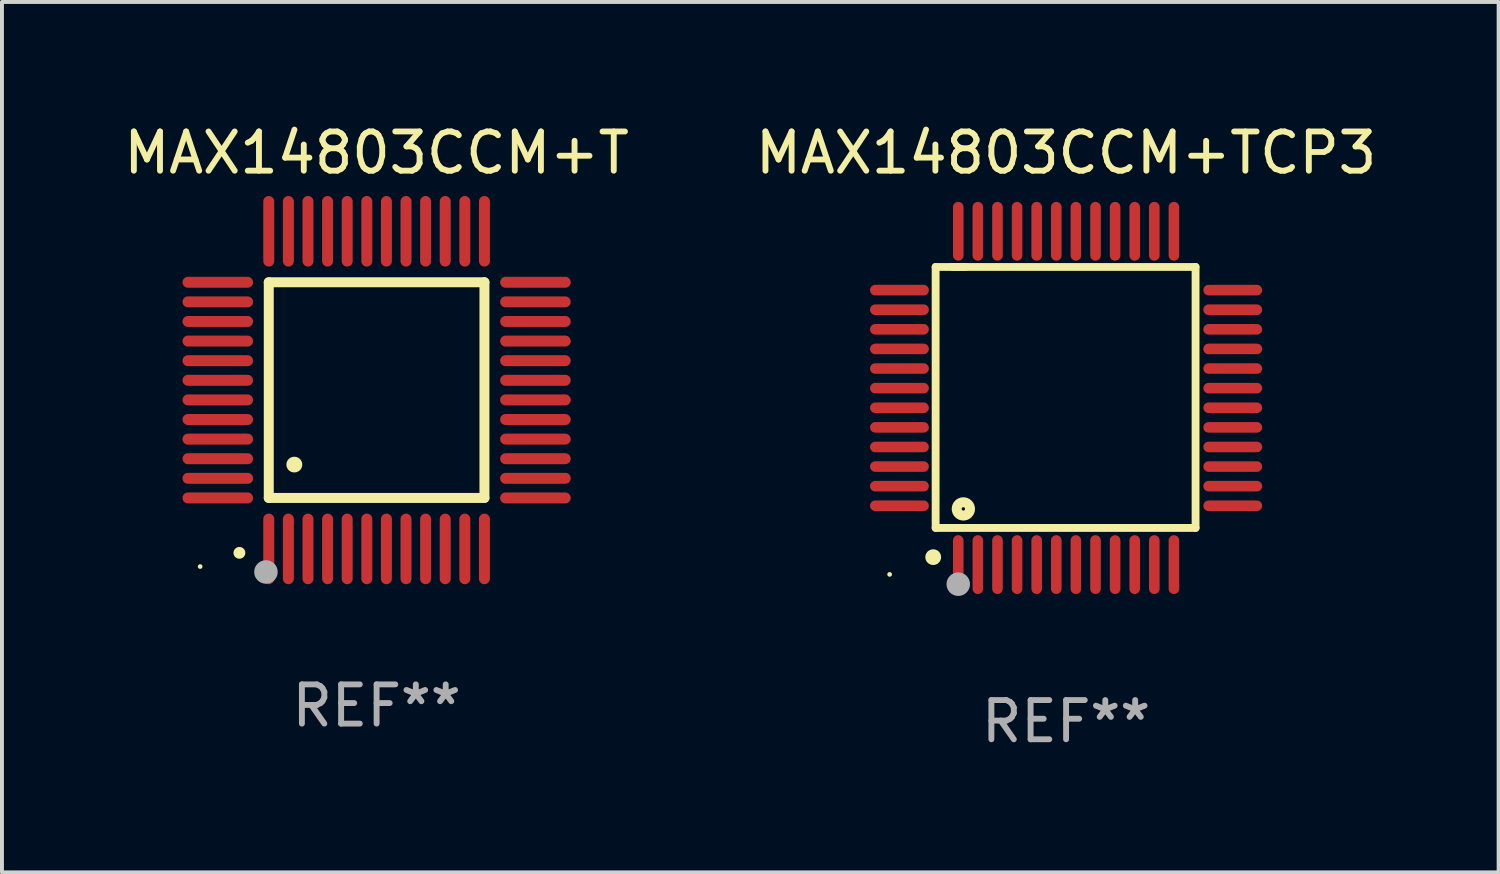
<source format=kicad_pcb>
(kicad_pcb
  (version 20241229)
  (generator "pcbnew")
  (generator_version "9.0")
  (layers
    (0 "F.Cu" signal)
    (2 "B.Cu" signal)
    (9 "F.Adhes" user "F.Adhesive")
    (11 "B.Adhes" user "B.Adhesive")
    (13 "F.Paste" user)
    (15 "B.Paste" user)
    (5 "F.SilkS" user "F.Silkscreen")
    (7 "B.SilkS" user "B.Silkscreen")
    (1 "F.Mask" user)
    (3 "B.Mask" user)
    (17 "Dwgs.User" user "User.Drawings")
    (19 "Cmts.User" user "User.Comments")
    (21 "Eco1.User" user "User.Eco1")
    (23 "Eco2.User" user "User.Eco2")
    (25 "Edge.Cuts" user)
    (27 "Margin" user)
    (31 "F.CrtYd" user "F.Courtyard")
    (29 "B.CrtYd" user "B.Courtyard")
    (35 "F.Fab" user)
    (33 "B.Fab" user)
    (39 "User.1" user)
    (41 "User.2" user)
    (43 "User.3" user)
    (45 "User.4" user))
  (footprint "MAX14803CCM+TCP3"
    (layer "F.Cu")
    (at 24.137 7.098)
    (property "Reference" "MAX14803CCM+TCP3" (at 0 -6.25 0) (layer "F.SilkS") (effects (font (size 1 1) (thickness 0.15))))
    (attr through_hole)
    (fp_line (start -3.327 -3.34) (end -2.565 -3.34) (stroke (width 0.2) (type solid)) (layer "F.SilkS"))
    (fp_line (start -3.327 3.315) (end -3.327 -3.34) (stroke (width 0.2) (type solid)) (layer "F.SilkS"))
    (fp_line (start -2.896 -3.34) (end 3.302 -3.34) (stroke (width 0.2) (type solid)) (layer "F.SilkS"))
    (fp_line (start 3.302 -3.34) (end 3.302 3.315) (stroke (width 0.2) (type solid)) (layer "F.SilkS"))
    (fp_line (start 3.302 3.315) (end -3.327 3.315) (stroke (width 0.2) (type solid)) (layer "F.SilkS"))
    (fp_arc (start -3.389992 4.059995) (mid -3.388722 4.059991) (end -3.387452 4.059995) (stroke (width 0.4) (type solid)) (layer "F.SilkS"))
    (fp_circle (center -4.5 4.5) (end -4.47 4.5) (stroke (width 0.06) (type solid)) (fill no) (layer "F.SilkS"))
    (fp_circle (center -2.62 2.83) (end -2.45 2.83) (stroke (width 0.254) (type solid)) (fill no) (layer "F.SilkS"))
    (fp_circle (center -2.75 4.75) (end -2.6 4.75) (stroke (width 0.3) (type solid)) (fill no) (layer "F.Fab"))
    (fp_text user "REF**" (at 0 8.25 0) (layer "F.Fab") (effects (font (size 1 1) (thickness 0.15))))
    (pad "1" smd oval (at -2.75 4.25) (size 0.27 1.5) (layers "F.Cu" "F.Mask" "F.Paste"))
    (pad "2" smd oval (at -2.25 4.25) (size 0.27 1.5) (layers "F.Cu" "F.Mask" "F.Paste"))
    (pad "3" smd oval (at -1.75 4.25) (size 0.27 1.5) (layers "F.Cu" "F.Mask" "F.Paste"))
    (pad "4" smd oval (at -1.25 4.25) (size 0.27 1.5) (layers "F.Cu" "F.Mask" "F.Paste"))
    (pad "5" smd oval (at -0.75 4.25) (size 0.27 1.5) (layers "F.Cu" "F.Mask" "F.Paste"))
    (pad "6" smd oval (at -0.25 4.25) (size 0.27 1.5) (layers "F.Cu" "F.Mask" "F.Paste"))
    (pad "7" smd oval (at 0.25 4.25) (size 0.27 1.5) (layers "F.Cu" "F.Mask" "F.Paste"))
    (pad "8" smd oval (at 0.75 4.25) (size 0.27 1.5) (layers "F.Cu" "F.Mask" "F.Paste"))
    (pad "9" smd oval (at 1.25 4.25) (size 0.27 1.5) (layers "F.Cu" "F.Mask" "F.Paste"))
    (pad "10" smd oval (at 1.75 4.25) (size 0.27 1.5) (layers "F.Cu" "F.Mask" "F.Paste"))
    (pad "11" smd oval (at 2.25 4.25) (size 0.27 1.5) (layers "F.Cu" "F.Mask" "F.Paste"))
    (pad "12" smd oval (at 2.75 4.25) (size 0.27 1.5) (layers "F.Cu" "F.Mask" "F.Paste"))
    (pad "13" smd oval (at 4.25 2.75) (size 1.5 0.27) (layers "F.Cu" "F.Mask" "F.Paste"))
    (pad "14" smd oval (at 4.25 2.25) (size 1.5 0.27) (layers "F.Cu" "F.Mask" "F.Paste"))
    (pad "15" smd oval (at 4.25 1.75) (size 1.5 0.27) (layers "F.Cu" "F.Mask" "F.Paste"))
    (pad "16" smd oval (at 4.25 1.25) (size 1.5 0.27) (layers "F.Cu" "F.Mask" "F.Paste"))
    (pad "17" smd oval (at 4.25 0.75) (size 1.5 0.27) (layers "F.Cu" "F.Mask" "F.Paste"))
    (pad "18" smd oval (at 4.25 0.25) (size 1.5 0.27) (layers "F.Cu" "F.Mask" "F.Paste"))
    (pad "19" smd oval (at 4.25 -0.25) (size 1.5 0.27) (layers "F.Cu" "F.Mask" "F.Paste"))
    (pad "20" smd oval (at 4.25 -0.75) (size 1.5 0.27) (layers "F.Cu" "F.Mask" "F.Paste"))
    (pad "21" smd oval (at 4.25 -1.25) (size 1.5 0.27) (layers "F.Cu" "F.Mask" "F.Paste"))
    (pad "22" smd oval (at 4.25 -1.75) (size 1.5 0.27) (layers "F.Cu" "F.Mask" "F.Paste"))
    (pad "23" smd oval (at 4.25 -2.25) (size 1.5 0.27) (layers "F.Cu" "F.Mask" "F.Paste"))
    (pad "24" smd oval (at 4.25 -2.75) (size 1.5 0.27) (layers "F.Cu" "F.Mask" "F.Paste"))
    (pad "25" smd oval (at 2.75 -4.25) (size 0.27 1.5) (layers "F.Cu" "F.Mask" "F.Paste"))
    (pad "26" smd oval (at 2.25 -4.25) (size 0.27 1.5) (layers "F.Cu" "F.Mask" "F.Paste"))
    (pad "27" smd oval (at 1.75 -4.25) (size 0.27 1.5) (layers "F.Cu" "F.Mask" "F.Paste"))
    (pad "28" smd oval (at 1.25 -4.25) (size 0.27 1.5) (layers "F.Cu" "F.Mask" "F.Paste"))
    (pad "29" smd oval (at 0.75 -4.25) (size 0.27 1.5) (layers "F.Cu" "F.Mask" "F.Paste"))
    (pad "30" smd oval (at 0.25 -4.25) (size 0.27 1.5) (layers "F.Cu" "F.Mask" "F.Paste"))
    (pad "31" smd oval (at -0.25 -4.25) (size 0.27 1.5) (layers "F.Cu" "F.Mask" "F.Paste"))
    (pad "32" smd oval (at -0.75 -4.25) (size 0.27 1.5) (layers "F.Cu" "F.Mask" "F.Paste"))
    (pad "33" smd oval (at -1.25 -4.25) (size 0.27 1.5) (layers "F.Cu" "F.Mask" "F.Paste"))
    (pad "34" smd oval (at -1.75 -4.25) (size 0.27 1.5) (layers "F.Cu" "F.Mask" "F.Paste"))
    (pad "35" smd oval (at -2.25 -4.25) (size 0.27 1.5) (layers "F.Cu" "F.Mask" "F.Paste"))
    (pad "36" smd oval (at -2.75 -4.25) (size 0.27 1.5) (layers "F.Cu" "F.Mask" "F.Paste"))
    (pad "37" smd oval (at -4.25 -2.75) (size 1.5 0.27) (layers "F.Cu" "F.Mask" "F.Paste"))
    (pad "38" smd oval (at -4.25 -2.25) (size 1.5 0.27) (layers "F.Cu" "F.Mask" "F.Paste"))
    (pad "39" smd oval (at -4.25 -1.75) (size 1.5 0.27) (layers "F.Cu" "F.Mask" "F.Paste"))
    (pad "40" smd oval (at -4.25 -1.25) (size 1.5 0.27) (layers "F.Cu" "F.Mask" "F.Paste"))
    (pad "41" smd oval (at -4.25 -0.75) (size 1.5 0.27) (layers "F.Cu" "F.Mask" "F.Paste"))
    (pad "42" smd oval (at -4.25 -0.25) (size 1.5 0.27) (layers "F.Cu" "F.Mask" "F.Paste"))
    (pad "43" smd oval (at -4.25 0.25) (size 1.5 0.27) (layers "F.Cu" "F.Mask" "F.Paste"))
    (pad "44" smd oval (at -4.25 0.75) (size 1.5 0.27) (layers "F.Cu" "F.Mask" "F.Paste"))
    (pad "45" smd oval (at -4.25 1.25) (size 1.5 0.27) (layers "F.Cu" "F.Mask" "F.Paste"))
    (pad "46" smd oval (at -4.25 1.75) (size 1.5 0.27) (layers "F.Cu" "F.Mask" "F.Paste"))
    (pad "47" smd oval (at -4.25 2.25) (size 1.5 0.27) (layers "F.Cu" "F.Mask" "F.Paste"))
    (pad "48" smd oval (at -4.25 2.75) (size 1.5 0.27) (layers "F.Cu" "F.Mask" "F.Paste")))
  (footprint "MAX14803CCM+T"
    (layer "F.Cu")
    (at 6.554 6.898)
    (property "Reference" "MAX14803CCM+T" (at 0 -6.05 0) (layer "F.SilkS") (effects (font (size 1 1) (thickness 0.15))))
    (attr through_hole)
    (fp_line (start -2.75 -2.75) (end 2.75 -2.75) (stroke (width 0.254) (type solid)) (layer "F.SilkS"))
    (fp_line (start -2.75 2.75) (end -2.75 -2.75) (stroke (width 0.254) (type solid)) (layer "F.SilkS"))
    (fp_line (start 2.75 -2.75) (end 2.75 2.75) (stroke (width 0.254) (type solid)) (layer "F.SilkS"))
    (fp_line (start 2.75 2.75) (end -2.75 2.75) (stroke (width 0.254) (type solid)) (layer "F.SilkS"))
    (fp_arc (start -3.500127 4.150368) (mid -3.498857 4.150363) (end -3.497587 4.150368) (stroke (width 0.3) (type solid)) (layer "F.SilkS"))
    (fp_arc (start -2.100584 1.899924) (mid -2.098044 1.899908) (end -2.095504 1.899924) (stroke (width 0.4) (type solid)) (layer "F.SilkS"))
    (fp_circle (center -4.5 4.5) (end -4.47 4.5) (stroke (width 0.06) (type solid)) (fill no) (layer "F.SilkS"))
    (fp_circle (center -2.822 4.638) (end -2.672 4.638) (stroke (width 0.3) (type solid)) (fill no) (layer "F.Fab"))
    (fp_text user "REF**" (at 0 8.05 0) (layer "F.Fab") (effects (font (size 1 1) (thickness 0.15))))
    (pad "1" smd oval (at -2.75 4.05) (size 0.28 1.8) (layers "F.Cu" "F.Mask" "F.Paste"))
    (pad "2" smd oval (at -2.25 4.05) (size 0.28 1.8) (layers "F.Cu" "F.Mask" "F.Paste"))
    (pad "3" smd oval (at -1.75 4.05) (size 0.28 1.8) (layers "F.Cu" "F.Mask" "F.Paste"))
    (pad "4" smd oval (at -1.25 4.05) (size 0.28 1.8) (layers "F.Cu" "F.Mask" "F.Paste"))
    (pad "5" smd oval (at -0.75 4.05) (size 0.28 1.8) (layers "F.Cu" "F.Mask" "F.Paste"))
    (pad "6" smd oval (at -0.25 4.05) (size 0.28 1.8) (layers "F.Cu" "F.Mask" "F.Paste"))
    (pad "7" smd oval (at 0.25 4.05) (size 0.28 1.8) (layers "F.Cu" "F.Mask" "F.Paste"))
    (pad "8" smd oval (at 0.75 4.05) (size 0.28 1.8) (layers "F.Cu" "F.Mask" "F.Paste"))
    (pad "9" smd oval (at 1.25 4.05) (size 0.28 1.8) (layers "F.Cu" "F.Mask" "F.Paste"))
    (pad "10" smd oval (at 1.75 4.05) (size 0.28 1.8) (layers "F.Cu" "F.Mask" "F.Paste"))
    (pad "11" smd oval (at 2.25 4.05) (size 0.28 1.8) (layers "F.Cu" "F.Mask" "F.Paste"))
    (pad "12" smd oval (at 2.75 4.05) (size 0.28 1.8) (layers "F.Cu" "F.Mask" "F.Paste"))
    (pad "13" smd oval (at 4.05 2.75) (size 1.8 0.28) (layers "F.Cu" "F.Mask" "F.Paste"))
    (pad "14" smd oval (at 4.05 2.25) (size 1.8 0.28) (layers "F.Cu" "F.Mask" "F.Paste"))
    (pad "15" smd oval (at 4.05 1.75) (size 1.8 0.28) (layers "F.Cu" "F.Mask" "F.Paste"))
    (pad "16" smd oval (at 4.05 1.25) (size 1.8 0.28) (layers "F.Cu" "F.Mask" "F.Paste"))
    (pad "17" smd oval (at 4.05 0.75) (size 1.8 0.28) (layers "F.Cu" "F.Mask" "F.Paste"))
    (pad "18" smd oval (at 4.05 0.25) (size 1.8 0.28) (layers "F.Cu" "F.Mask" "F.Paste"))
    (pad "19" smd oval (at 4.05 -0.25) (size 1.8 0.28) (layers "F.Cu" "F.Mask" "F.Paste"))
    (pad "20" smd oval (at 4.05 -0.75) (size 1.8 0.28) (layers "F.Cu" "F.Mask" "F.Paste"))
    (pad "21" smd oval (at 4.05 -1.25) (size 1.8 0.28) (layers "F.Cu" "F.Mask" "F.Paste"))
    (pad "22" smd oval (at 4.05 -1.75) (size 1.8 0.28) (layers "F.Cu" "F.Mask" "F.Paste"))
    (pad "23" smd oval (at 4.05 -2.25) (size 1.8 0.28) (layers "F.Cu" "F.Mask" "F.Paste"))
    (pad "24" smd oval (at 4.05 -2.75) (size 1.8 0.28) (layers "F.Cu" "F.Mask" "F.Paste"))
    (pad "25" smd oval (at 2.75 -4.05) (size 0.28 1.8) (layers "F.Cu" "F.Mask" "F.Paste"))
    (pad "26" smd oval (at 2.25 -4.05) (size 0.28 1.8) (layers "F.Cu" "F.Mask" "F.Paste"))
    (pad "27" smd oval (at 1.75 -4.05) (size 0.28 1.8) (layers "F.Cu" "F.Mask" "F.Paste"))
    (pad "28" smd oval (at 1.25 -4.05) (size 0.28 1.8) (layers "F.Cu" "F.Mask" "F.Paste"))
    (pad "29" smd oval (at 0.75 -4.05) (size 0.28 1.8) (layers "F.Cu" "F.Mask" "F.Paste"))
    (pad "30" smd oval (at 0.25 -4.05) (size 0.28 1.8) (layers "F.Cu" "F.Mask" "F.Paste"))
    (pad "31" smd oval (at -0.25 -4.05) (size 0.28 1.8) (layers "F.Cu" "F.Mask" "F.Paste"))
    (pad "32" smd oval (at -0.75 -4.05) (size 0.28 1.8) (layers "F.Cu" "F.Mask" "F.Paste"))
    (pad "33" smd oval (at -1.25 -4.05) (size 0.28 1.8) (layers "F.Cu" "F.Mask" "F.Paste"))
    (pad "34" smd oval (at -1.75 -4.05) (size 0.28 1.8) (layers "F.Cu" "F.Mask" "F.Paste"))
    (pad "35" smd oval (at -2.25 -4.05) (size 0.28 1.8) (layers "F.Cu" "F.Mask" "F.Paste"))
    (pad "36" smd oval (at -2.75 -4.05) (size 0.28 1.8) (layers "F.Cu" "F.Mask" "F.Paste"))
    (pad "37" smd oval (at -4.05 -2.75) (size 1.8 0.28) (layers "F.Cu" "F.Mask" "F.Paste"))
    (pad "38" smd oval (at -4.05 -2.25) (size 1.8 0.28) (layers "F.Cu" "F.Mask" "F.Paste"))
    (pad "39" smd oval (at -4.05 -1.75) (size 1.8 0.28) (layers "F.Cu" "F.Mask" "F.Paste"))
    (pad "40" smd oval (at -4.05 -1.25) (size 1.8 0.28) (layers "F.Cu" "F.Mask" "F.Paste"))
    (pad "41" smd oval (at -4.05 -0.75) (size 1.8 0.28) (layers "F.Cu" "F.Mask" "F.Paste"))
    (pad "42" smd oval (at -4.05 -0.25) (size 1.8 0.28) (layers "F.Cu" "F.Mask" "F.Paste"))
    (pad "43" smd oval (at -4.05 0.25) (size 1.8 0.28) (layers "F.Cu" "F.Mask" "F.Paste"))
    (pad "44" smd oval (at -4.05 0.75) (size 1.8 0.28) (layers "F.Cu" "F.Mask" "F.Paste"))
    (pad "45" smd oval (at -4.05 1.25) (size 1.8 0.28) (layers "F.Cu" "F.Mask" "F.Paste"))
    (pad "46" smd oval (at -4.05 1.75) (size 1.8 0.28) (layers "F.Cu" "F.Mask" "F.Paste"))
    (pad "47" smd oval (at -4.05 2.25) (size 1.8 0.28) (layers "F.Cu" "F.Mask" "F.Paste"))
    (pad "48" smd oval (at -4.05 2.75) (size 1.8 0.28) (layers "F.Cu" "F.Mask" "F.Paste")))
  (gr_rect
    (start -3 -3)
    (end 35.167 19.196)
    (stroke (width 0.1) (type default))
    (fill no)
    (layer "Edge.Cuts")))
</source>
